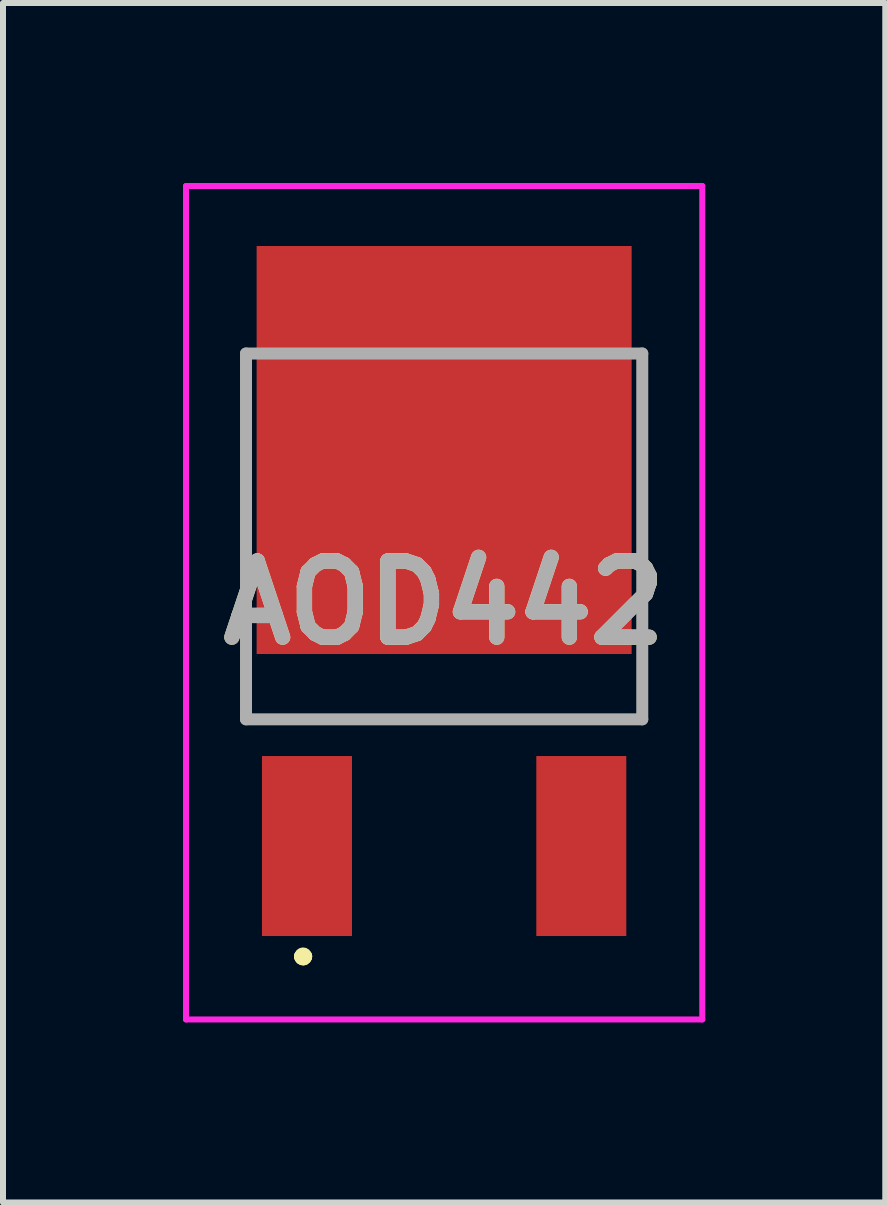
<source format=kicad_pcb>
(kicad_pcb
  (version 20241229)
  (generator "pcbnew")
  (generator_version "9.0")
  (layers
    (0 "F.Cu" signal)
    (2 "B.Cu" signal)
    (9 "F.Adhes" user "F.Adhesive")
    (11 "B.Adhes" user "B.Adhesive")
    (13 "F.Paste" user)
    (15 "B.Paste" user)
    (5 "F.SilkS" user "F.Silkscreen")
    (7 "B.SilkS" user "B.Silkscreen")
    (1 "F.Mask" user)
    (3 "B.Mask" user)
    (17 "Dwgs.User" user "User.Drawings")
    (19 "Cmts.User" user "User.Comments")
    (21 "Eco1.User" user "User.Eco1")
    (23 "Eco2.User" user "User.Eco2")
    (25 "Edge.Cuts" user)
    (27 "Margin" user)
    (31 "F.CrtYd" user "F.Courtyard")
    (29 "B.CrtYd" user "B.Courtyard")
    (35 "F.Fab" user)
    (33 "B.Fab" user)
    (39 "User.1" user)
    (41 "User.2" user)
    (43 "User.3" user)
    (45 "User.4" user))
  (footprint "AOD442"
    (layer "F.Cu")
    (at 4.352 5.89)
    (property "Reference" "AOD442" (at 0 1.105 0) (layer "F.SilkS") (effects (font (size 1.27 1.27) (thickness 0.254))))
    (attr smd)
    (fp_line (start -3.302 3.048) (end -3.302 3.048) (stroke (width 0.1) (type solid)) (layer "F.SilkS"))
    (fp_line (start -3.302 3.048) (end 3.302 3.048) (stroke (width 0.1) (type solid)) (layer "F.SilkS"))
    (fp_line (start -2.4 7) (end -2.4 7) (stroke (width 0.2) (type solid)) (layer "F.SilkS"))
    (fp_line (start -2.4 7) (end -2.4 7) (stroke (width 0.2) (type solid)) (layer "F.SilkS"))
    (fp_line (start -2.3 7) (end -2.3 7) (stroke (width 0.2) (type solid)) (layer "F.SilkS"))
    (fp_line (start 3.302 3.048) (end -3.302 3.048) (stroke (width 0.1) (type solid)) (layer "F.SilkS"))
    (fp_line (start 3.302 3.048) (end 3.302 3.048) (stroke (width 0.1) (type solid)) (layer "F.SilkS"))
    (fp_arc (start -2.4 7) (mid -2.35 6.95) (end -2.3 7) (stroke (width 0.2) (type solid)) (layer "F.SilkS"))
    (fp_arc (start -2.3 7) (mid -2.35 7.05) (end -2.4 7) (stroke (width 0.2) (type solid)) (layer "F.SilkS"))
    (fp_arc (start -2.3 7) (mid -2.35 7.05) (end -2.4 7) (stroke (width 0.2) (type solid)) (layer "F.SilkS"))
    (fp_line (start -4.302 -5.84) (end 4.302 -5.84) (stroke (width 0.1) (type solid)) (layer "F.CrtYd"))
    (fp_line (start -4.302 8.05) (end -4.302 -5.84) (stroke (width 0.1) (type solid)) (layer "F.CrtYd"))
    (fp_line (start 4.302 -5.84) (end 4.302 8.05) (stroke (width 0.1) (type solid)) (layer "F.CrtYd"))
    (fp_line (start 4.302 8.05) (end -4.302 8.05) (stroke (width 0.1) (type solid)) (layer "F.CrtYd"))
    (fp_line (start -3.302 -3.048) (end -3.302 3.048) (stroke (width 0.2) (type solid)) (layer "F.Fab"))
    (fp_line (start -3.302 3.048) (end 3.302 3.048) (stroke (width 0.2) (type solid)) (layer "F.Fab"))
    (fp_line (start 3.302 -3.048) (end -3.302 -3.048) (stroke (width 0.2) (type solid)) (layer "F.Fab"))
    (fp_line (start 3.302 3.048) (end 3.302 -3.048) (stroke (width 0.2) (type solid)) (layer "F.Fab"))
    (fp_text user "${REFERENCE}" (at 0 1.105 0) (layer "F.Fab") (effects (font (size 1.27 1.27) (thickness 0.254))))
    (pad "1" smd rect (at -2.286 5.16) (size 1.5 3) (layers "F.Cu" "F.Mask" "F.Paste"))
    (pad "2" smd rect (at 0 -1.44) (size 6.25 6.8) (layers "F.Cu" "F.Mask" "F.Paste"))
    (pad "3" smd rect (at 2.286 5.16) (size 1.5 3) (layers "F.Cu" "F.Mask" "F.Paste")))
  (gr_rect
    (start -3 -3)
    (end 11.704 16.99)
    (stroke (width 0.1) (type default))
    (fill no)
    (layer "Edge.Cuts")))
</source>
